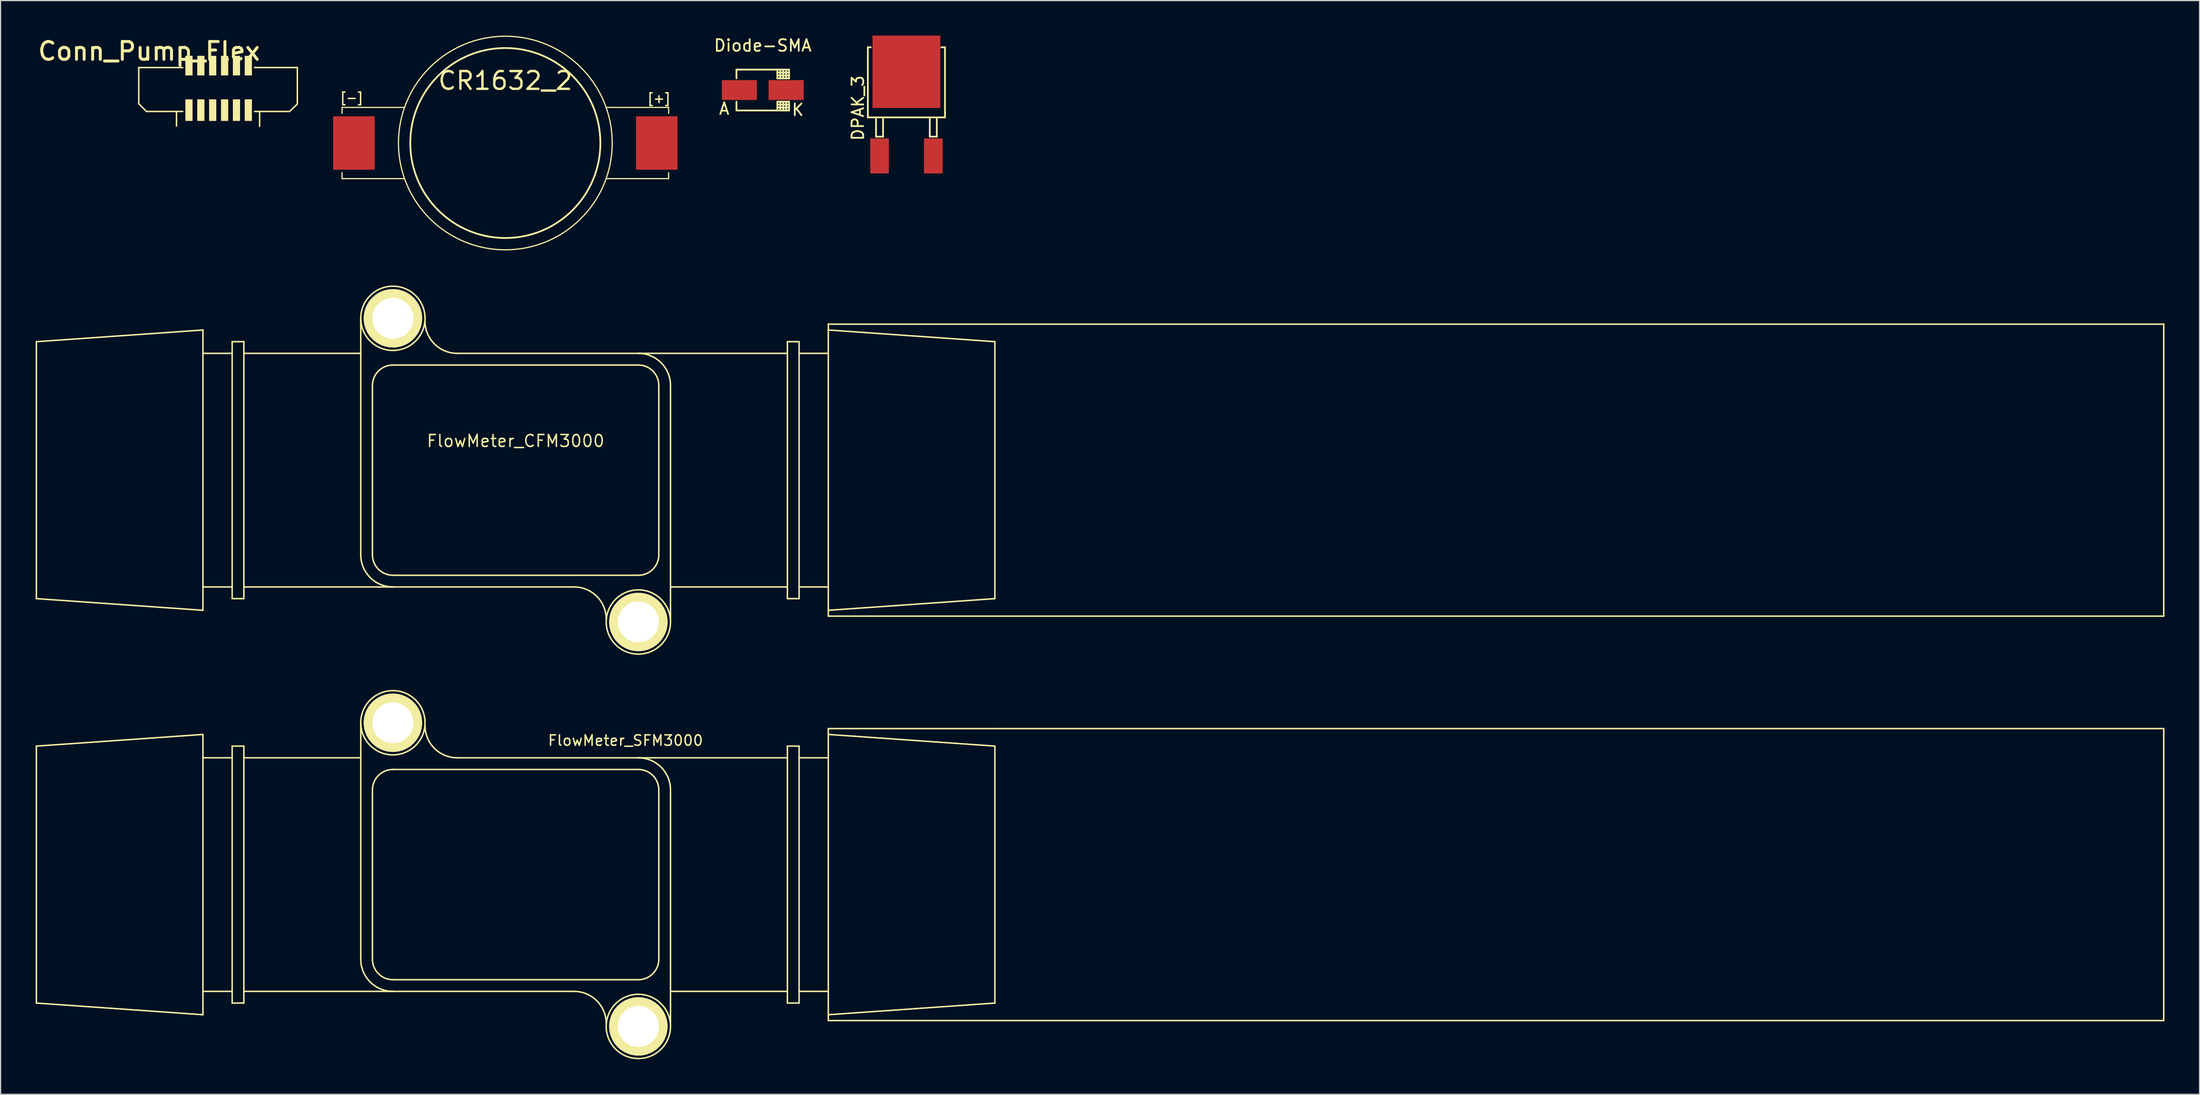
<source format=kicad_pcb>
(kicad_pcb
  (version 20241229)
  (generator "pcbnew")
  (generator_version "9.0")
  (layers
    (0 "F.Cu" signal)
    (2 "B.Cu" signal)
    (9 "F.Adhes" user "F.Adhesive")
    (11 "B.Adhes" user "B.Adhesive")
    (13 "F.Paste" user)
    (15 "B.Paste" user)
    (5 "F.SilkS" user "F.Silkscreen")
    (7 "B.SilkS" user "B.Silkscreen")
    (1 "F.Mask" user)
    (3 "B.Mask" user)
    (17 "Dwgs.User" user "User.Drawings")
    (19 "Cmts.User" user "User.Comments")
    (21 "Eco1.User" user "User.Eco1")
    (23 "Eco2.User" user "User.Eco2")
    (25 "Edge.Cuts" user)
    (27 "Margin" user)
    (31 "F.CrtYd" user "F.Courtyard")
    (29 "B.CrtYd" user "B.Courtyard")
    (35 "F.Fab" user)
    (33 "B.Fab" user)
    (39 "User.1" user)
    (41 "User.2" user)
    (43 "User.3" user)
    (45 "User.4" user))
  (footprint "FlowMeter_SFM3000"
    (layer "F.Cu")
    (at 41.063 71.831)
    (property "Reference" "FlowMeter_SFM3000" (at 9.4 -11.48 0) (layer "F.SilkS") (effects (font (size 0.889 0.889) (thickness 0.127))))
    (attr through_hole)
    (fp_line (start -41 -11) (end -26.75 -12) (stroke (width 0.127) (type solid)) (layer "F.SilkS"))
    (fp_line (start -41 0) (end -41 -11) (stroke (width 0.127) (type solid)) (layer "F.SilkS"))
    (fp_line (start -41 0) (end -41 11) (stroke (width 0.127) (type solid)) (layer "F.SilkS"))
    (fp_line (start -26.75 -12) (end -26.75 12) (stroke (width 0.127) (type solid)) (layer "F.SilkS"))
    (fp_line (start -26.75 -10) (end -24.25 -10) (stroke (width 0.127) (type solid)) (layer "F.SilkS"))
    (fp_line (start -26.75 12) (end -41 11) (stroke (width 0.127) (type solid)) (layer "F.SilkS"))
    (fp_line (start -24.25 -11) (end -24.25 11) (stroke (width 0.127) (type solid)) (layer "F.SilkS"))
    (fp_line (start -24.25 -11) (end -23.25 -11) (stroke (width 0.127) (type solid)) (layer "F.SilkS"))
    (fp_line (start -24.25 10) (end -26.75 10) (stroke (width 0.127) (type solid)) (layer "F.SilkS"))
    (fp_line (start -23.25 -10) (end -13.25 -10) (stroke (width 0.127) (type solid)) (layer "F.SilkS"))
    (fp_line (start -23.25 10) (end -10.5 10) (stroke (width 0.127) (type solid)) (layer "F.SilkS"))
    (fp_line (start -23.25 11) (end -24.25 11) (stroke (width 0.127) (type solid)) (layer "F.SilkS"))
    (fp_line (start -23.25 11) (end -23.25 -11) (stroke (width 0.127) (type solid)) (layer "F.SilkS"))
    (fp_line (start -13.25 -13) (end -13.25 -10) (stroke (width 0.127) (type solid)) (layer "F.SilkS"))
    (fp_line (start -13.25 -10) (end -13.25 7.25) (stroke (width 0.127) (type solid)) (layer "F.SilkS"))
    (fp_line (start -12.25 7.25) (end -12.25 -7.25) (stroke (width 0.127) (type solid)) (layer "F.SilkS"))
    (fp_line (start -10.5 -9) (end 10.5 -9) (stroke (width 0.127) (type solid)) (layer "F.SilkS"))
    (fp_line (start -10.5 10) (end 5 10) (stroke (width 0.127) (type solid)) (layer "F.SilkS"))
    (fp_line (start 10.5 -10) (end -5 -10) (stroke (width 0.127) (type solid)) (layer "F.SilkS"))
    (fp_line (start 10.5 9) (end -10.5 9) (stroke (width 0.127) (type solid)) (layer "F.SilkS"))
    (fp_line (start 12.25 -7.25) (end 12.25 7.25) (stroke (width 0.127) (type solid)) (layer "F.SilkS"))
    (fp_line (start 13.25 10) (end 13.25 -7.25) (stroke (width 0.127) (type solid)) (layer "F.SilkS"))
    (fp_line (start 13.25 10) (end 13.25 13) (stroke (width 0.127) (type solid)) (layer "F.SilkS"))
    (fp_line (start 23.25 -11) (end 23.25 11) (stroke (width 0.127) (type solid)) (layer "F.SilkS"))
    (fp_line (start 23.25 -11) (end 24.25 -11) (stroke (width 0.127) (type solid)) (layer "F.SilkS"))
    (fp_line (start 23.25 -10) (end 10.5 -10) (stroke (width 0.127) (type solid)) (layer "F.SilkS"))
    (fp_line (start 23.25 10) (end 13.25 10) (stroke (width 0.127) (type solid)) (layer "F.SilkS"))
    (fp_line (start 24.25 -10) (end 26.75 -10) (stroke (width 0.127) (type solid)) (layer "F.SilkS"))
    (fp_line (start 24.25 11) (end 23.25 11) (stroke (width 0.127) (type solid)) (layer "F.SilkS"))
    (fp_line (start 24.25 11) (end 24.25 -11) (stroke (width 0.127) (type solid)) (layer "F.SilkS"))
    (fp_line (start 26.75 -12.5) (end 41 -12.5) (stroke (width 0.127) (type solid)) (layer "F.SilkS"))
    (fp_line (start 26.75 -12) (end 26.75 -12.5) (stroke (width 0.127) (type solid)) (layer "F.SilkS"))
    (fp_line (start 26.75 -12) (end 26.75 12) (stroke (width 0.127) (type solid)) (layer "F.SilkS"))
    (fp_line (start 26.75 -12) (end 41 -11) (stroke (width 0.127) (type solid)) (layer "F.SilkS"))
    (fp_line (start 26.75 10) (end 24.25 10) (stroke (width 0.127) (type solid)) (layer "F.SilkS"))
    (fp_line (start 26.75 12) (end 26.75 12.5) (stroke (width 0.127) (type solid)) (layer "F.SilkS"))
    (fp_line (start 26.75 12.5) (end 141 12.5) (stroke (width 0.127) (type solid)) (layer "F.SilkS"))
    (fp_line (start 41 -12.5) (end 141 -12.5) (stroke (width 0.127) (type solid)) (layer "F.SilkS"))
    (fp_line (start 41 0) (end 41 -11) (stroke (width 0.127) (type solid)) (layer "F.SilkS"))
    (fp_line (start 41 0) (end 41 11) (stroke (width 0.127) (type solid)) (layer "F.SilkS"))
    (fp_line (start 41 11) (end 26.75 12) (stroke (width 0.127) (type solid)) (layer "F.SilkS"))
    (fp_line (start 141 12.5) (end 141 -12.5) (stroke (width 0.127) (type solid)) (layer "F.SilkS"))
    (fp_arc (start -12.25 -7.25) (mid -11.737437 -8.487437) (end -10.5 -9) (stroke (width 0.127) (type solid)) (layer "F.SilkS"))
    (fp_arc (start -10.5 9) (mid -11.737437 8.487437) (end -12.25 7.25) (stroke (width 0.127) (type solid)) (layer "F.SilkS"))
    (fp_arc (start -10.5 10) (mid -12.444544 9.194544) (end -13.25 7.25) (stroke (width 0.127) (type solid)) (layer "F.SilkS"))
    (fp_arc (start -5 -10) (mid -6.944544 -10.805456) (end -7.75 -12.75) (stroke (width 0.127) (type solid)) (layer "F.SilkS"))
    (fp_arc (start 5 10) (mid 6.944544 10.805456) (end 7.75 12.75) (stroke (width 0.127) (type solid)) (layer "F.SilkS"))
    (fp_arc (start 10.5 -10) (mid 12.444544 -9.194544) (end 13.25 -7.25) (stroke (width 0.127) (type solid)) (layer "F.SilkS"))
    (fp_arc (start 10.5 -9) (mid 11.737437 -8.487437) (end 12.25 -7.25) (stroke (width 0.127) (type solid)) (layer "F.SilkS"))
    (fp_arc (start 12.25 7.25) (mid 11.737437 8.487437) (end 10.5 9) (stroke (width 0.127) (type solid)) (layer "F.SilkS"))
    (fp_circle (center -10.5 -13) (end -13.25 -13) (stroke (width 0.127) (type solid)) (fill no) (layer "F.SilkS"))
    (fp_circle (center 10.5 13) (end 7.75 13) (stroke (width 0.127) (type solid)) (fill no) (layer "F.SilkS"))
    (pad "1" thru_hole circle (at -10.5 -13) (size 5 5) (drill 3.5) (layers "*.Cu" "*.Mask" "F.SilkS"))
    (pad "2" thru_hole circle (at 10.5 13) (size 5 5) (drill 3.5) (layers "*.Cu" "*.Mask" "F.SilkS")))
  (footprint "Diode-SMA"
    (layer "F.Cu")
    (at 62.206 4.658)
    (property "Reference" "Diode-SMA" (at 0 -3.81 0) (layer "F.SilkS") (effects (font (size 1 1) (thickness 0.15))))
    (attr smd)
    (fp_line (start -2.25 -1) (end -2.25 -1.75) (stroke (width 0.15) (type solid)) (layer "F.SilkS"))
    (fp_line (start -2.25 1) (end -2.25 1.75) (stroke (width 0.15) (type solid)) (layer "F.SilkS"))
    (fp_line (start -2.25 1.75) (end 2.25 1.75) (stroke (width 0.15) (type solid)) (layer "F.SilkS"))
    (fp_line (start 1.25 -1.5) (end 2.25 -1.5) (stroke (width 0.15) (type solid)) (layer "F.SilkS"))
    (fp_line (start 1.25 -1) (end 1.25 -1.75) (stroke (width 0.15) (type solid)) (layer "F.SilkS"))
    (fp_line (start 1.25 1) (end 1.25 1.75) (stroke (width 0.15) (type solid)) (layer "F.SilkS"))
    (fp_line (start 1.25 1.25) (end 2.25 1.25) (stroke (width 0.15) (type solid)) (layer "F.SilkS"))
    (fp_line (start 1.5 -1) (end 1.5 -1.75) (stroke (width 0.15) (type solid)) (layer "F.SilkS"))
    (fp_line (start 1.5 1) (end 1.25 1) (stroke (width 0.15) (type solid)) (layer "F.SilkS"))
    (fp_line (start 1.5 1.75) (end 1.5 1) (stroke (width 0.15) (type solid)) (layer "F.SilkS"))
    (fp_line (start 1.75 -1.75) (end 1.75 -1) (stroke (width 0.15) (type solid)) (layer "F.SilkS"))
    (fp_line (start 1.75 1) (end 1.75 1.75) (stroke (width 0.15) (type solid)) (layer "F.SilkS"))
    (fp_line (start 2 -1) (end 2 -1.75) (stroke (width 0.15) (type solid)) (layer "F.SilkS"))
    (fp_line (start 2 1.75) (end 2 1) (stroke (width 0.15) (type solid)) (layer "F.SilkS"))
    (fp_line (start 2.25 -1.75) (end -2.25 -1.75) (stroke (width 0.15) (type solid)) (layer "F.SilkS"))
    (fp_line (start 2.25 -1.75) (end 2.25 -1) (stroke (width 0.15) (type solid)) (layer "F.SilkS"))
    (fp_line (start 2.25 -1.25) (end 1.25 -1.25) (stroke (width 0.15) (type solid)) (layer "F.SilkS"))
    (fp_line (start 2.25 -1) (end 1.25 -1) (stroke (width 0.15) (type solid)) (layer "F.SilkS"))
    (fp_line (start 2.25 1) (end 1.5 1) (stroke (width 0.15) (type solid)) (layer "F.SilkS"))
    (fp_line (start 2.25 1.5) (end 1.25 1.5) (stroke (width 0.15) (type solid)) (layer "F.SilkS"))
    (fp_line (start 2.25 1.75) (end 2.25 1) (stroke (width 0.15) (type solid)) (layer "F.SilkS"))
    (fp_text user "A" (at -3.299 1.6 0) (layer "F.SilkS") (effects (font (size 1 1) (thickness 0.15))))
    (fp_text user "K" (at 3 1.699 0) (layer "F.SilkS") (effects (font (size 1 1) (thickness 0.15))))
    (pad "1" smd rect (at -2 0) (size 3 1.7) (layers "F.Cu" "F.Mask" "F.Paste"))
    (pad "2" smd rect (at 2 0) (size 3 1.7) (layers "F.Cu" "F.Mask" "F.Paste")))
  (footprint "CR1632_2"
    (layer "F.Cu")
    (at 40.182 9.195)
    (property "Reference" "CR1632_2" (at 0 -5.334 0) (layer "F.SilkS") (effects (font (size 1.524 1.524) (thickness 0.203))))
    (attr smd)
    (fp_line (start -13.97 -3.048) (end -8.636 -3.048) (stroke (width 0.102) (type solid)) (layer "F.SilkS"))
    (fp_line (start -13.97 -2.54) (end -13.97 -3.048) (stroke (width 0.102) (type solid)) (layer "F.SilkS"))
    (fp_line (start -13.97 2.54) (end -13.97 3.048) (stroke (width 0.102) (type solid)) (layer "F.SilkS"))
    (fp_line (start -13.97 3.048) (end -8.636 3.048) (stroke (width 0.102) (type solid)) (layer "F.SilkS"))
    (fp_line (start 13.97 -3.048) (end 8.636 -3.048) (stroke (width 0.102) (type solid)) (layer "F.SilkS"))
    (fp_line (start 13.97 -2.54) (end 13.97 -3.048) (stroke (width 0.102) (type solid)) (layer "F.SilkS"))
    (fp_line (start 13.97 2.54) (end 13.97 3.048) (stroke (width 0.102) (type solid)) (layer "F.SilkS"))
    (fp_line (start 13.97 3.048) (end 8.636 3.048) (stroke (width 0.102) (type solid)) (layer "F.SilkS"))
    (fp_circle (center 0 0) (end -9.144 0.064) (stroke (width 0.102) (type solid)) (fill no) (layer "F.SilkS"))
    (fp_circle (center 0 0) (end -8.128 0.254) (stroke (width 0.152) (type solid)) (fill no) (layer "F.SilkS"))
    (fp_text user "[+]" (at 13.145 -3.81 0) (layer "F.SilkS") (effects (font (size 0.762 0.762) (thickness 0.127))))
    (fp_text user "[-]" (at -13.145 -3.873 0) (layer "F.SilkS") (effects (font (size 0.762 0.762) (thickness 0.127))))
    (pad "+" smd rect (at 12.954 0) (size 3.556 4.572) (layers "F.Cu" "F.Mask" "F.Paste"))
    (pad "-" smd rect (at -12.954 0) (size 3.556 4.572) (layers "F.Cu" "F.Mask" "F.Paste")))
  (footprint "Conn_Pump_Flex"
    (layer "F.Cu")
    (at 15.605 2.734)
    (property "Reference" "Conn_Pump_Flex" (at -5.905 -1.397 0) (layer "F.SilkS") (effects (font (size 1.524 1.524) (thickness 0.254))))
    (attr smd)
    (fp_line (start -6.782 0) (end -6.782 3.099) (stroke (width 0.127) (type solid)) (layer "F.SilkS"))
    (fp_line (start -6.782 3.099) (end -6.121 3.759) (stroke (width 0.127) (type solid)) (layer "F.SilkS"))
    (fp_line (start -6.121 3.759) (end -3.023 3.759) (stroke (width 0.127) (type solid)) (layer "F.SilkS"))
    (fp_line (start -3.556 3.759) (end -3.556 5.004) (stroke (width 0.127) (type solid)) (layer "F.SilkS"))
    (fp_line (start -3.023 0) (end -6.782 0) (stroke (width 0.127) (type solid)) (layer "F.SilkS"))
    (fp_line (start 3.124 0) (end 6.782 0) (stroke (width 0.127) (type solid)) (layer "F.SilkS"))
    (fp_line (start 3.124 3.759) (end 6.121 3.759) (stroke (width 0.127) (type solid)) (layer "F.SilkS"))
    (fp_line (start 3.556 3.759) (end 3.556 5.029) (stroke (width 0.127) (type solid)) (layer "F.SilkS"))
    (fp_line (start 6.782 0) (end 6.782 3.124) (stroke (width 0.127) (type solid)) (layer "F.SilkS"))
    (fp_line (start 6.782 3.124) (end 6.121 3.759) (stroke (width 0.127) (type solid)) (layer "F.SilkS"))
    (pad "1" smd rect (at 2.591 -0.165 180) (size 0.61 1.676) (layers "F.Cu" "F.Mask" "F.SilkS" "F.Paste"))
    (pad "1" smd rect (at 2.591 3.645 180) (size 0.61 1.841) (layers "F.Cu" "F.Mask" "F.SilkS" "F.Paste"))
    (pad "2" smd rect (at 1.575 -0.165 180) (size 0.61 1.676) (layers "F.Cu" "F.Mask" "F.SilkS" "F.Paste"))
    (pad "2" smd rect (at 1.575 3.645 180) (size 0.61 1.841) (layers "F.Cu" "F.Mask" "F.SilkS" "F.Paste"))
    (pad "3" smd rect (at 0.559 -0.165 180) (size 0.61 1.676) (layers "F.Cu" "F.Mask" "F.SilkS" "F.Paste"))
    (pad "3" smd rect (at 0.559 3.645 180) (size 0.61 1.841) (layers "F.Cu" "F.Mask" "F.SilkS" "F.Paste"))
    (pad "4" smd rect (at -0.457 -0.165 180) (size 0.61 1.676) (layers "F.Cu" "F.Mask" "F.SilkS" "F.Paste"))
    (pad "4" smd rect (at -0.457 3.645 180) (size 0.61 1.841) (layers "F.Cu" "F.Mask" "F.SilkS" "F.Paste"))
    (pad "5" smd rect (at -1.473 -0.165 180) (size 0.61 1.676) (layers "F.Cu" "F.Mask" "F.SilkS" "F.Paste"))
    (pad "5" smd rect (at -1.473 3.645 180) (size 0.61 1.841) (layers "F.Cu" "F.Mask" "F.SilkS" "F.Paste"))
    (pad "6" smd rect (at -2.489 -0.165 180) (size 0.61 1.676) (layers "F.Cu" "F.Mask" "F.SilkS" "F.Paste"))
    (pad "6" smd rect (at -2.489 3.645 180) (size 0.61 1.841) (layers "F.Cu" "F.Mask" "F.SilkS" "F.Paste")))
  (footprint "FlowMeter_CFM3000"
    (layer "F.Cu")
    (at 41.063 37.204)
    (property "Reference" "FlowMeter_CFM3000" (at 0 -2.5 0) (layer "F.SilkS") (effects (font (size 1.016 1.016) (thickness 0.127))))
    (attr through_hole)
    (fp_line (start -41 -11) (end -26.75 -12) (stroke (width 0.127) (type solid)) (layer "F.SilkS"))
    (fp_line (start -41 0) (end -41 -11) (stroke (width 0.127) (type solid)) (layer "F.SilkS"))
    (fp_line (start -41 0) (end -41 11) (stroke (width 0.127) (type solid)) (layer "F.SilkS"))
    (fp_line (start -26.75 -12) (end -26.75 12) (stroke (width 0.127) (type solid)) (layer "F.SilkS"))
    (fp_line (start -26.75 -10) (end -24.25 -10) (stroke (width 0.127) (type solid)) (layer "F.SilkS"))
    (fp_line (start -26.75 12) (end -41 11) (stroke (width 0.127) (type solid)) (layer "F.SilkS"))
    (fp_line (start -24.25 -11) (end -24.25 11) (stroke (width 0.127) (type solid)) (layer "F.SilkS"))
    (fp_line (start -24.25 -11) (end -23.25 -11) (stroke (width 0.127) (type solid)) (layer "F.SilkS"))
    (fp_line (start -24.25 10) (end -26.75 10) (stroke (width 0.127) (type solid)) (layer "F.SilkS"))
    (fp_line (start -23.25 -10) (end -13.25 -10) (stroke (width 0.127) (type solid)) (layer "F.SilkS"))
    (fp_line (start -23.25 10) (end -10.5 10) (stroke (width 0.127) (type solid)) (layer "F.SilkS"))
    (fp_line (start -23.25 11) (end -24.25 11) (stroke (width 0.127) (type solid)) (layer "F.SilkS"))
    (fp_line (start -23.25 11) (end -23.25 -11) (stroke (width 0.127) (type solid)) (layer "F.SilkS"))
    (fp_line (start -13.25 -13) (end -13.25 -10) (stroke (width 0.127) (type solid)) (layer "F.SilkS"))
    (fp_line (start -13.25 -10) (end -13.25 7.25) (stroke (width 0.127) (type solid)) (layer "F.SilkS"))
    (fp_line (start -12.25 7.25) (end -12.25 -7.25) (stroke (width 0.127) (type solid)) (layer "F.SilkS"))
    (fp_line (start -10.5 -9) (end 10.5 -9) (stroke (width 0.127) (type solid)) (layer "F.SilkS"))
    (fp_line (start -10.5 10) (end 5 10) (stroke (width 0.127) (type solid)) (layer "F.SilkS"))
    (fp_line (start 10.5 -10) (end -5 -10) (stroke (width 0.127) (type solid)) (layer "F.SilkS"))
    (fp_line (start 10.5 9) (end -10.5 9) (stroke (width 0.127) (type solid)) (layer "F.SilkS"))
    (fp_line (start 12.25 -7.25) (end 12.25 7.25) (stroke (width 0.127) (type solid)) (layer "F.SilkS"))
    (fp_line (start 13.25 10) (end 13.25 -7.25) (stroke (width 0.127) (type solid)) (layer "F.SilkS"))
    (fp_line (start 13.25 10) (end 13.25 13) (stroke (width 0.127) (type solid)) (layer "F.SilkS"))
    (fp_line (start 23.25 -11) (end 23.25 11) (stroke (width 0.127) (type solid)) (layer "F.SilkS"))
    (fp_line (start 23.25 -11) (end 24.25 -11) (stroke (width 0.127) (type solid)) (layer "F.SilkS"))
    (fp_line (start 23.25 -10) (end 10.5 -10) (stroke (width 0.127) (type solid)) (layer "F.SilkS"))
    (fp_line (start 23.25 10) (end 13.25 10) (stroke (width 0.127) (type solid)) (layer "F.SilkS"))
    (fp_line (start 24.25 -10) (end 26.75 -10) (stroke (width 0.127) (type solid)) (layer "F.SilkS"))
    (fp_line (start 24.25 11) (end 23.25 11) (stroke (width 0.127) (type solid)) (layer "F.SilkS"))
    (fp_line (start 24.25 11) (end 24.25 -11) (stroke (width 0.127) (type solid)) (layer "F.SilkS"))
    (fp_line (start 26.75 -12.5) (end 41 -12.5) (stroke (width 0.127) (type solid)) (layer "F.SilkS"))
    (fp_line (start 26.75 -12) (end 26.75 -12.5) (stroke (width 0.127) (type solid)) (layer "F.SilkS"))
    (fp_line (start 26.75 -12) (end 26.75 12) (stroke (width 0.127) (type solid)) (layer "F.SilkS"))
    (fp_line (start 26.75 -12) (end 41 -11) (stroke (width 0.127) (type solid)) (layer "F.SilkS"))
    (fp_line (start 26.75 10) (end 24.25 10) (stroke (width 0.127) (type solid)) (layer "F.SilkS"))
    (fp_line (start 26.75 12) (end 26.75 12.5) (stroke (width 0.127) (type solid)) (layer "F.SilkS"))
    (fp_line (start 26.75 12.5) (end 141 12.5) (stroke (width 0.127) (type solid)) (layer "F.SilkS"))
    (fp_line (start 41 -12.5) (end 141 -12.5) (stroke (width 0.127) (type solid)) (layer "F.SilkS"))
    (fp_line (start 41 0) (end 41 -11) (stroke (width 0.127) (type solid)) (layer "F.SilkS"))
    (fp_line (start 41 0) (end 41 11) (stroke (width 0.127) (type solid)) (layer "F.SilkS"))
    (fp_line (start 41 11) (end 26.75 12) (stroke (width 0.127) (type solid)) (layer "F.SilkS"))
    (fp_line (start 141 12.5) (end 141 -12.5) (stroke (width 0.127) (type solid)) (layer "F.SilkS"))
    (fp_arc (start -12.25 -7.25) (mid -11.737437 -8.487437) (end -10.5 -9) (stroke (width 0.127) (type solid)) (layer "F.SilkS"))
    (fp_arc (start -10.5 9) (mid -11.737437 8.487437) (end -12.25 7.25) (stroke (width 0.127) (type solid)) (layer "F.SilkS"))
    (fp_arc (start -10.5 10) (mid -12.444544 9.194544) (end -13.25 7.25) (stroke (width 0.127) (type solid)) (layer "F.SilkS"))
    (fp_arc (start -5 -10) (mid -6.944544 -10.805456) (end -7.75 -12.75) (stroke (width 0.127) (type solid)) (layer "F.SilkS"))
    (fp_arc (start 5 10) (mid 6.944544 10.805456) (end 7.75 12.75) (stroke (width 0.127) (type solid)) (layer "F.SilkS"))
    (fp_arc (start 10.5 -10) (mid 12.444544 -9.194544) (end 13.25 -7.25) (stroke (width 0.127) (type solid)) (layer "F.SilkS"))
    (fp_arc (start 10.5 -9) (mid 11.737437 -8.487437) (end 12.25 -7.25) (stroke (width 0.127) (type solid)) (layer "F.SilkS"))
    (fp_arc (start 12.25 7.25) (mid 11.737437 8.487437) (end 10.5 9) (stroke (width 0.127) (type solid)) (layer "F.SilkS"))
    (fp_circle (center -10.5 -13) (end -13.25 -13) (stroke (width 0.127) (type solid)) (fill no) (layer "F.SilkS"))
    (fp_circle (center 10.5 13) (end 7.75 13) (stroke (width 0.127) (type solid)) (fill no) (layer "F.SilkS"))
    (pad "1" thru_hole circle (at -10.5 -13) (size 5 5) (drill 3.5) (layers "*.Cu" "*.Mask" "F.SilkS"))
    (pad "2" thru_hole circle (at 10.5 13) (size 5 5) (drill 3.5) (layers "*.Cu" "*.Mask" "F.SilkS")))
  (footprint "DPAK_3"
    (layer "F.Cu")
    (at 74.496 6.2)
    (property "Reference" "DPAK_3" (at -4.15 0 90) (layer "F.SilkS") (effects (font (size 1 1) (thickness 0.15))))
    (attr through_hole)
    (fp_line (start -3.3 0.8) (end -3.3 -5.2) (stroke (width 0.15) (type solid)) (layer "F.SilkS"))
    (fp_line (start -3.05 -5.2) (end -3.3 -5.2) (stroke (width 0.15) (type solid)) (layer "F.SilkS"))
    (fp_line (start -2.6 2.45) (end -2.6 0.8) (stroke (width 0.15) (type solid)) (layer "F.SilkS"))
    (fp_line (start -2 0.8) (end -2 2.45) (stroke (width 0.15) (type solid)) (layer "F.SilkS"))
    (fp_line (start -2 2.45) (end -2.6 2.45) (stroke (width 0.15) (type solid)) (layer "F.SilkS"))
    (fp_line (start 2 2.45) (end 2 0.8) (stroke (width 0.15) (type solid)) (layer "F.SilkS"))
    (fp_line (start 2.6 0.8) (end 2.6 2.45) (stroke (width 0.15) (type solid)) (layer "F.SilkS"))
    (fp_line (start 2.6 2.45) (end 2 2.45) (stroke (width 0.15) (type solid)) (layer "F.SilkS"))
    (fp_line (start 3 -5.2) (end 3.3 -5.2) (stroke (width 0.15) (type solid)) (layer "F.SilkS"))
    (fp_line (start 3.3 -5.2) (end 3.3 0.8) (stroke (width 0.15) (type solid)) (layer "F.SilkS"))
    (fp_line (start 3.3 0.8) (end -3.3 0.8) (stroke (width 0.15) (type solid)) (layer "F.SilkS"))
    (pad "1" smd rect (at -2.3 4.1) (size 1.6 3) (layers "F.Cu" "F.Mask" "F.Paste"))
    (pad "2" smd rect (at 0 -3.1) (size 5.8 6.2) (layers "F.Cu" "F.Mask" "F.Paste"))
    (pad "3" smd rect (at 2.3 4.1) (size 1.6 3) (layers "F.Cu" "F.Mask" "F.Paste")))
  (gr_rect
    (start -3 -3)
    (end 185.127 90.644)
    (stroke (width 0.1) (type default))
    (fill no)
    (layer "Edge.Cuts")))
</source>
